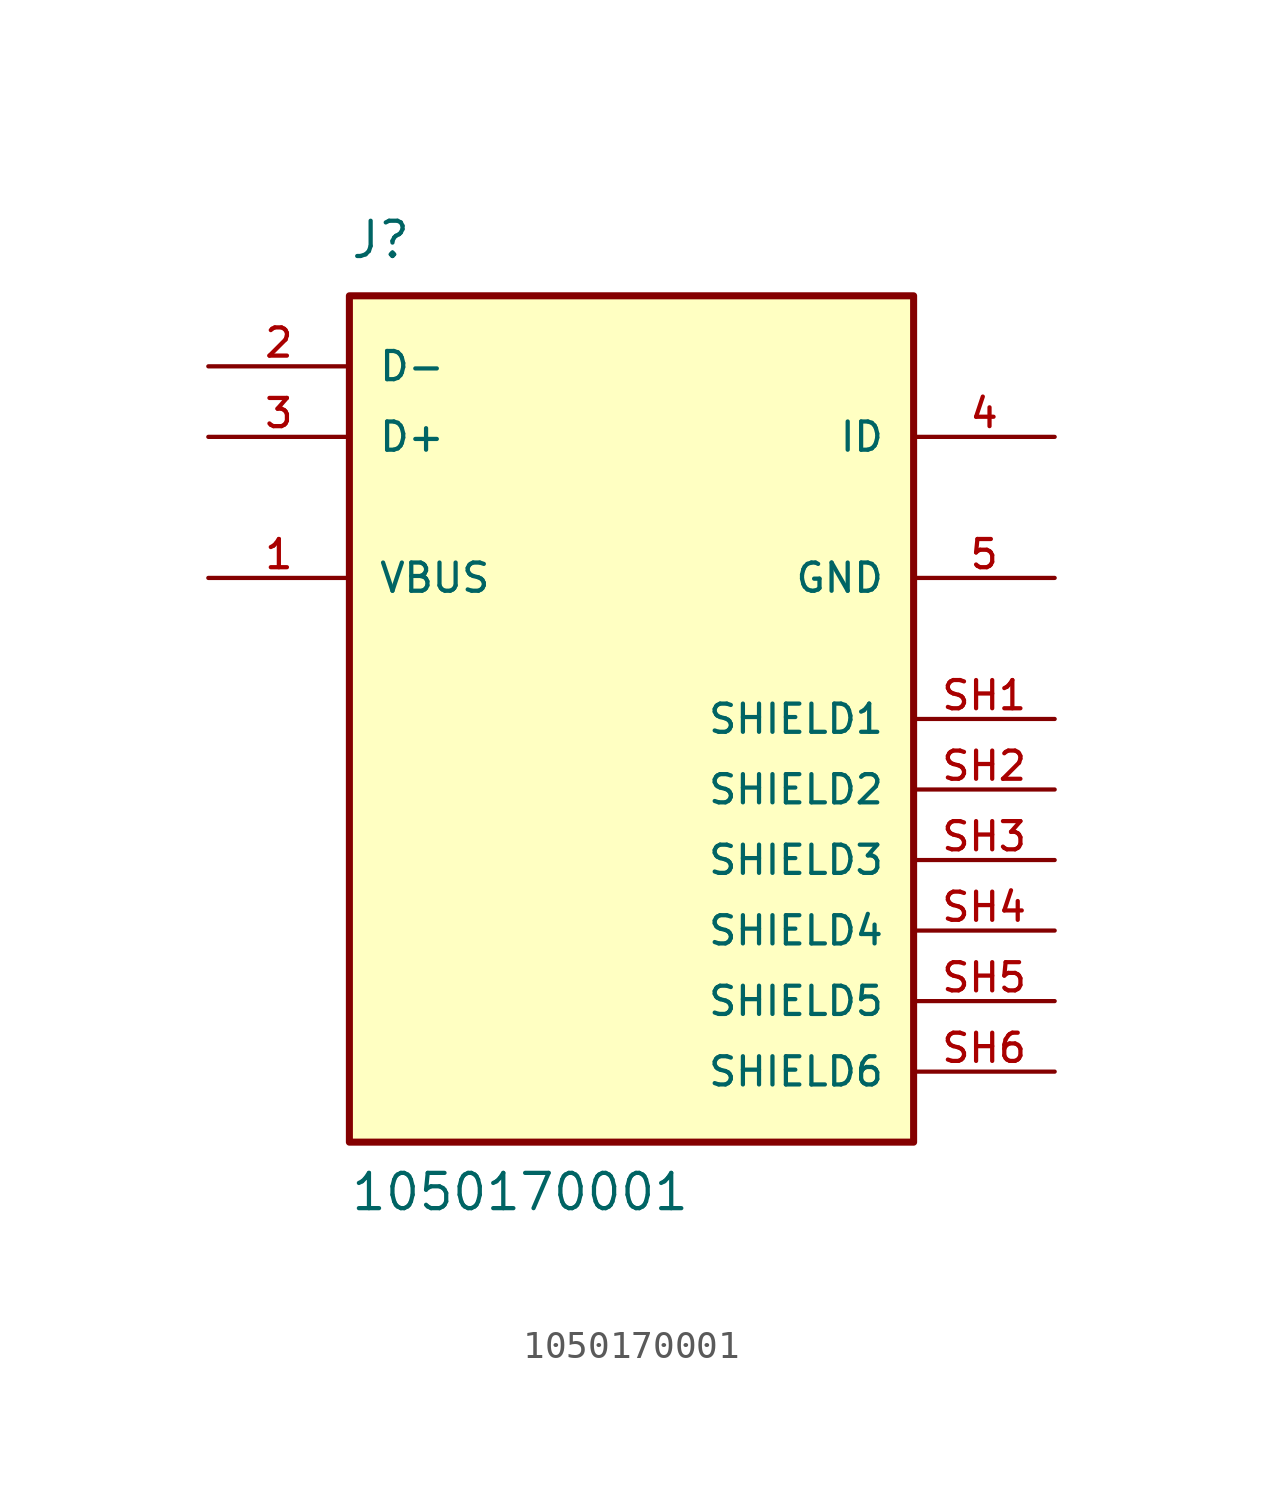
<source format=kicad_sym>
(kicad_symbol_lib
  (version 20211014)
  (generator kicad_symbol_editor)
  (symbol "1050170001"
    (pin_names
      (offset 1.016))
    (property "Reference" "J"
      (at -10.16 16.51 0)
      (effects (font (size 1.27 1.27)) (justify bottom left)))
    (property "Value" "1050170001"
      (at -10.16 -17.78 0)
      (effects (font (size 1.27 1.27)) (justify bottom left)))
    (symbol "1050170001_0_0"
      (rectangle (start -10.16 -15.24) (end 10.16 15.24) (stroke (width 0.254)) (fill (type background)))
      (pin bidirectional line (at -15.24 12.7 0) (length 5.08) (name "D-" (effects (font (size 1.016 1.016)))) (number "2" (effects (font (size 1.016 1.016)))))
      (pin bidirectional line (at -15.24 10.16 0) (length 5.08) (name "D+" (effects (font (size 1.016 1.016)))) (number "3" (effects (font (size 1.016 1.016)))))
      (pin bidirectional line (at 15.24 10.16 180.0) (length 5.08) (name "ID" (effects (font (size 1.016 1.016)))) (number "4" (effects (font (size 1.016 1.016)))))
      (pin power_in line (at -15.24 5.08 0) (length 5.08) (name "VBUS" (effects (font (size 1.016 1.016)))) (number "1" (effects (font (size 1.016 1.016)))))
      (pin power_in line (at 15.24 5.08 180.0) (length 5.08) (name "GND" (effects (font (size 1.016 1.016)))) (number "5" (effects (font (size 1.016 1.016)))))
      (pin passive line (at 15.24 0.0 180.0) (length 5.08) (name "SHIELD1" (effects (font (size 1.016 1.016)))) (number "SH1" (effects (font (size 1.016 1.016)))))
      (pin passive line (at 15.24 -2.54 180.0) (length 5.08) (name "SHIELD2" (effects (font (size 1.016 1.016)))) (number "SH2" (effects (font (size 1.016 1.016)))))
      (pin passive line (at 15.24 -5.08 180.0) (length 5.08) (name "SHIELD3" (effects (font (size 1.016 1.016)))) (number "SH3" (effects (font (size 1.016 1.016)))))
      (pin passive line (at 15.24 -7.62 180.0) (length 5.08) (name "SHIELD4" (effects (font (size 1.016 1.016)))) (number "SH4" (effects (font (size 1.016 1.016)))))
      (pin passive line (at 15.24 -10.16 180.0) (length 5.08) (name "SHIELD5" (effects (font (size 1.016 1.016)))) (number "SH5" (effects (font (size 1.016 1.016)))))
      (pin passive line (at 15.24 -12.7 180.0) (length 5.08) (name "SHIELD6" (effects (font (size 1.016 1.016)))) (number "SH6" (effects (font (size 1.016 1.016))))))))
</source>
